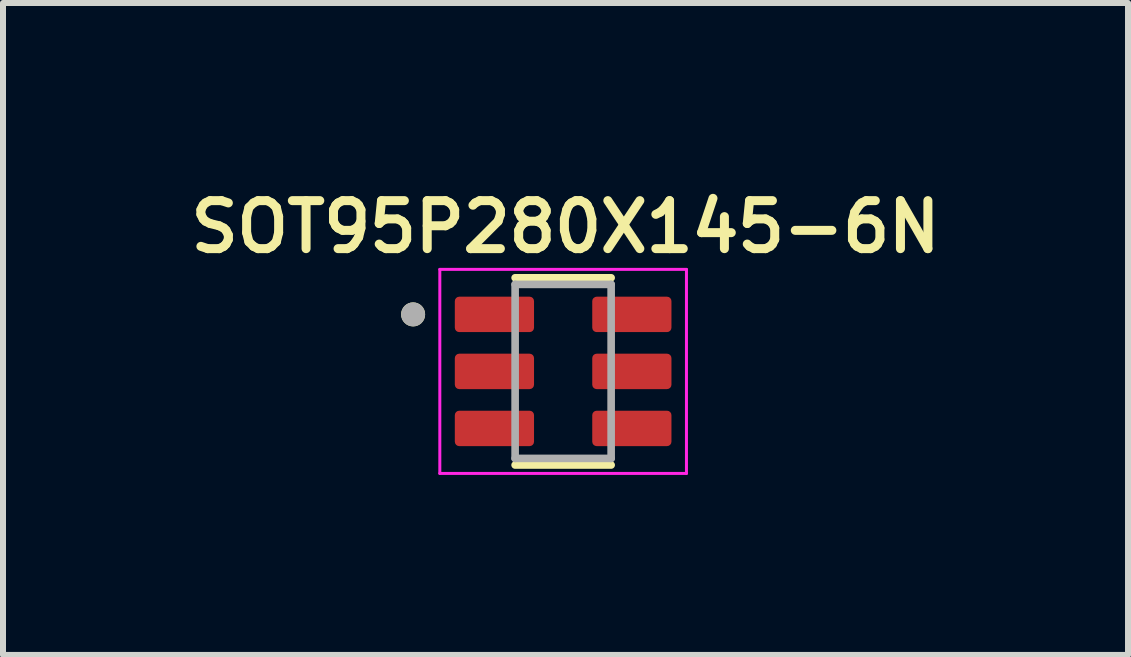
<source format=kicad_pcb>
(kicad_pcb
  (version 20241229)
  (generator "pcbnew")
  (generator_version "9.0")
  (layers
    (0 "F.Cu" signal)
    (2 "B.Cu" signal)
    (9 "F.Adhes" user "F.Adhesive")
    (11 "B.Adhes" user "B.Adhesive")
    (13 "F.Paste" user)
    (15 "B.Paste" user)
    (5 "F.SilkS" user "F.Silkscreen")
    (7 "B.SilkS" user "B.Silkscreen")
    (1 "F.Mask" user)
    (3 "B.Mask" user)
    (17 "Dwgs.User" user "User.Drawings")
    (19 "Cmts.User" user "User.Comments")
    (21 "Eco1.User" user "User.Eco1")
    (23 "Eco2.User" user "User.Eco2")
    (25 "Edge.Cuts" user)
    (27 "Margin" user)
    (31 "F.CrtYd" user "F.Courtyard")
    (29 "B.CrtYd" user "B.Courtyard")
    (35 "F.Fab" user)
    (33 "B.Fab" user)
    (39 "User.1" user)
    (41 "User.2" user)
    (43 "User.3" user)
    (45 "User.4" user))
  (footprint "SOT95P280X145-6N"
    (layer "F.Cu")
    (at 6.334 3.139)
    (property "Reference" "SOT95P280X145-6N" (at 0.04 -2.408 0) (layer "F.SilkS") (effects (font (size 0.8 0.8) (thickness 0.15))))
    (attr smd)
    (fp_line (start -0.8 1.56) (end 0.8 1.56) (stroke (width 0.127) (type solid)) (layer "F.SilkS"))
    (fp_line (start 0.8 -1.56) (end -0.8 -1.56) (stroke (width 0.127) (type solid)) (layer "F.SilkS"))
    (fp_circle (center -2.5 -0.95) (end -2.4 -0.95) (stroke (width 0.2) (type solid)) (fill no) (layer "F.SilkS"))
    (fp_line (start -2.055 -1.7) (end -2.055 1.7) (stroke (width 0.05) (type solid)) (layer "F.CrtYd"))
    (fp_line (start -2.055 1.7) (end 2.055 1.7) (stroke (width 0.05) (type solid)) (layer "F.CrtYd"))
    (fp_line (start 2.055 -1.7) (end -2.055 -1.7) (stroke (width 0.05) (type solid)) (layer "F.CrtYd"))
    (fp_line (start 2.055 1.7) (end 2.055 -1.7) (stroke (width 0.05) (type solid)) (layer "F.CrtYd"))
    (fp_line (start -0.8 -1.45) (end -0.8 1.45) (stroke (width 0.127) (type solid)) (layer "F.Fab"))
    (fp_line (start -0.8 1.45) (end 0.8 1.45) (stroke (width 0.127) (type solid)) (layer "F.Fab"))
    (fp_line (start 0.8 -1.45) (end -0.8 -1.45) (stroke (width 0.127) (type solid)) (layer "F.Fab"))
    (fp_line (start 0.8 1.45) (end 0.8 -1.45) (stroke (width 0.127) (type solid)) (layer "F.Fab"))
    (fp_circle (center -2.5 -0.95) (end -2.4 -0.95) (stroke (width 0.2) (type solid)) (fill no) (layer "F.Fab"))
    (pad "1" smd roundrect (at -1.145 -0.95) (size 1.32 0.59) (layers "F.Cu" "F.Mask" "F.Paste") (roundrect_rratio 0.125))
    (pad "2" smd roundrect (at -1.145 0) (size 1.32 0.59) (layers "F.Cu" "F.Mask" "F.Paste") (roundrect_rratio 0.125))
    (pad "3" smd roundrect (at -1.145 0.95) (size 1.32 0.59) (layers "F.Cu" "F.Mask" "F.Paste") (roundrect_rratio 0.125))
    (pad "4" smd roundrect (at 1.145 0.95) (size 1.32 0.59) (layers "F.Cu" "F.Mask" "F.Paste") (roundrect_rratio 0.125))
    (pad "5" smd roundrect (at 1.145 0) (size 1.32 0.59) (layers "F.Cu" "F.Mask" "F.Paste") (roundrect_rratio 0.125))
    (pad "6" smd roundrect (at 1.145 -0.95) (size 1.32 0.59) (layers "F.Cu" "F.Mask" "F.Paste") (roundrect_rratio 0.125)))
  (gr_rect
    (start -3 -3)
    (end 15.747 7.864)
    (stroke (width 0.1) (type default))
    (fill no)
    (layer "Edge.Cuts")))
</source>
